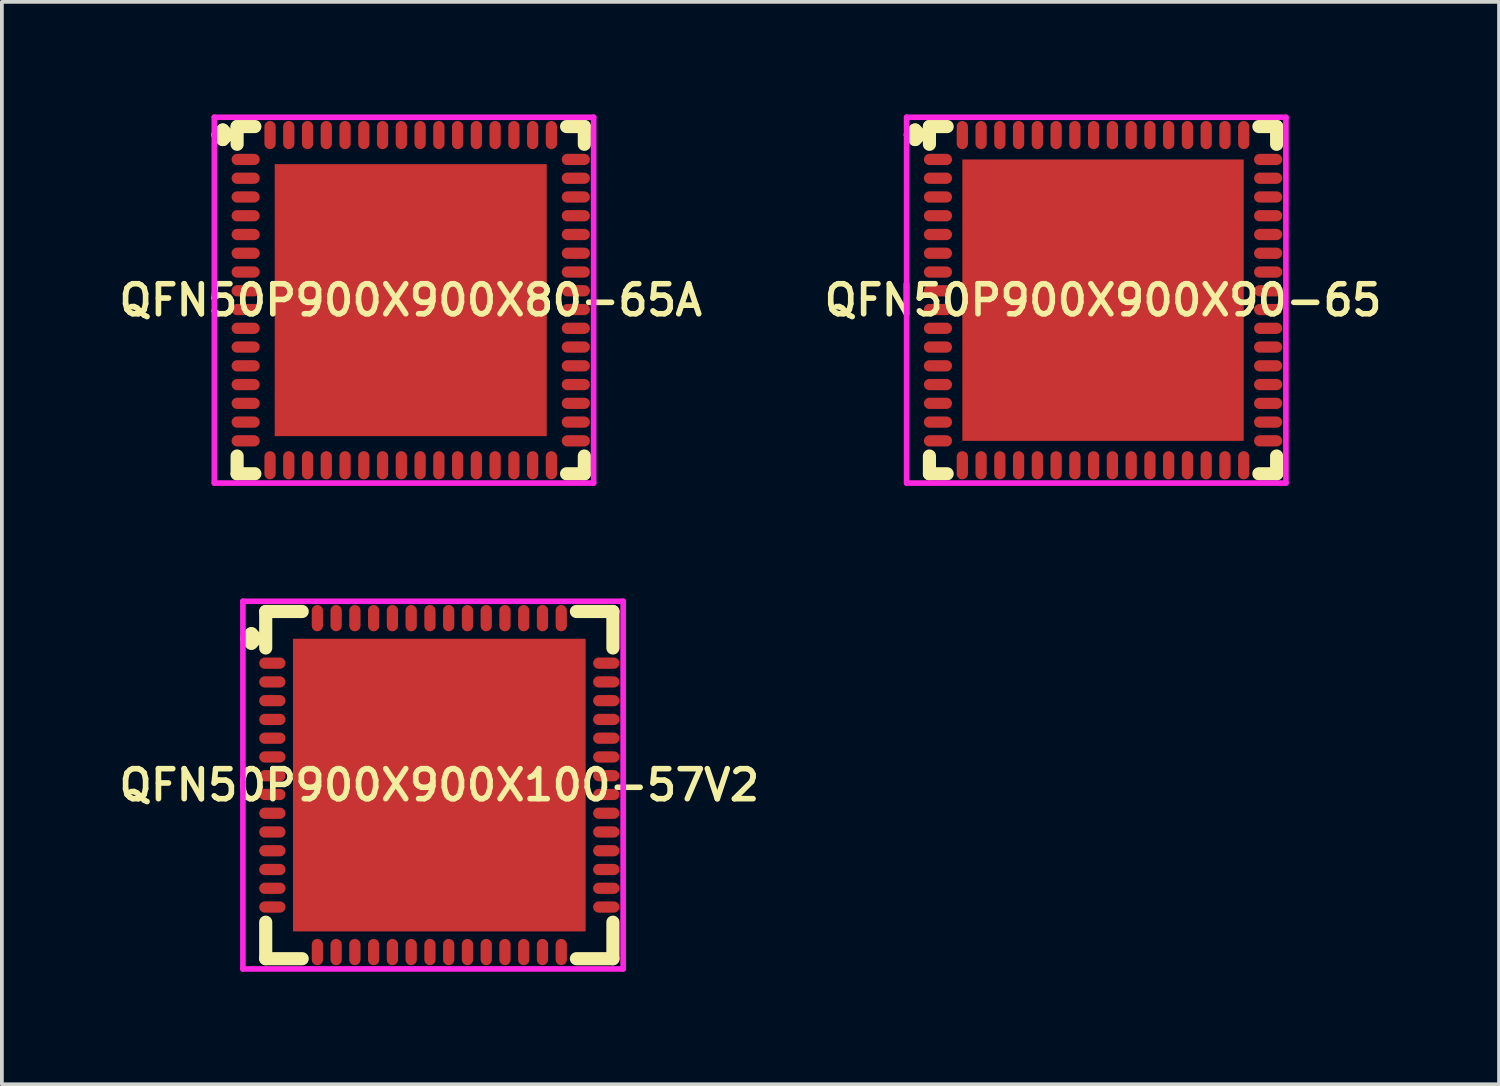
<source format=kicad_pcb>
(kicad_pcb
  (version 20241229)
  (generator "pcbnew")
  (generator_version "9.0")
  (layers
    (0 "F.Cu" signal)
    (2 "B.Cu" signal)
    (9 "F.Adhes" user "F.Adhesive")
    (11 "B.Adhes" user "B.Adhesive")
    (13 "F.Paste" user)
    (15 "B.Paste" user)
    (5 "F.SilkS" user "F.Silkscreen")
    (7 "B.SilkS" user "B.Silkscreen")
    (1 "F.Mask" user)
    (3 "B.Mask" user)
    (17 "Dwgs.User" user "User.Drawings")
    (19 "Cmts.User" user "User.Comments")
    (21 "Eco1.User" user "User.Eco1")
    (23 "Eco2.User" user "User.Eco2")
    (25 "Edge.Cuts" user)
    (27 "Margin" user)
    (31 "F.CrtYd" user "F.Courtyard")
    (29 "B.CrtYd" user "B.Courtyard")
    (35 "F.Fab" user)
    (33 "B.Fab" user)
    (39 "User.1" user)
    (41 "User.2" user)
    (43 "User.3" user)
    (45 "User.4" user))
  (footprint "QFN50P900X900X80-65A"
    (layer "F.Cu")
    (at 7.897 4.95)
    (property "Reference" "QFN50P900X900X80-65A" (at 0 0 0) (layer "F.SilkS") (effects (font (size 0.8 0.8) (thickness 0.15))))
    (attr smd)
    (fp_line (start -5.135 -4.408) (end -5.008 -4.535) (stroke (width 0.35) (type solid)) (layer "F.SilkS"))
    (fp_line (start -5.008 -4.535) (end -4.881 -4.408) (stroke (width 0.35) (type solid)) (layer "F.SilkS"))
    (fp_line (start -5.008 -4.281) (end -5.135 -4.408) (stroke (width 0.35) (type solid)) (layer "F.SilkS"))
    (fp_line (start -4.881 -4.408) (end -5.008 -4.281) (stroke (width 0.35) (type solid)) (layer "F.SilkS"))
    (fp_line (start -4.627 -4.627) (end -4.154 -4.627) (stroke (width 0.35) (type solid)) (layer "F.SilkS"))
    (fp_line (start -4.627 -4.154) (end -4.627 -4.627) (stroke (width 0.35) (type solid)) (layer "F.SilkS"))
    (fp_line (start -4.627 4.154) (end -4.627 4.627) (stroke (width 0.35) (type solid)) (layer "F.SilkS"))
    (fp_line (start -4.627 4.627) (end -4.154 4.627) (stroke (width 0.35) (type solid)) (layer "F.SilkS"))
    (fp_line (start 4.154 -4.627) (end 4.627 -4.627) (stroke (width 0.35) (type solid)) (layer "F.SilkS"))
    (fp_line (start 4.154 4.627) (end 4.627 4.627) (stroke (width 0.35) (type solid)) (layer "F.SilkS"))
    (fp_line (start 4.627 -4.627) (end 4.627 -4.154) (stroke (width 0.35) (type solid)) (layer "F.SilkS"))
    (fp_line (start 4.627 4.627) (end 4.627 4.154) (stroke (width 0.35) (type solid)) (layer "F.SilkS"))
    (fp_line (start -5.235 -4.875) (end 4.875 -4.875) (stroke (width 0.15) (type solid)) (layer "F.CrtYd"))
    (fp_line (start -5.235 4.875) (end -5.235 -4.875) (stroke (width 0.15) (type solid)) (layer "F.CrtYd"))
    (fp_line (start 4.875 -4.875) (end 4.875 4.875) (stroke (width 0.15) (type solid)) (layer "F.CrtYd"))
    (fp_line (start 4.875 4.875) (end -5.235 4.875) (stroke (width 0.15) (type solid)) (layer "F.CrtYd"))
    (pad "1" smd oval (at -4.4 -3.75) (size 0.75 0.3) (layers "F.Cu" "F.Mask" "F.Paste"))
    (pad "2" smd oval (at -4.4 -3.25) (size 0.75 0.3) (layers "F.Cu" "F.Mask" "F.Paste"))
    (pad "3" smd oval (at -4.4 -2.75) (size 0.75 0.3) (layers "F.Cu" "F.Mask" "F.Paste"))
    (pad "4" smd oval (at -4.4 -2.25) (size 0.75 0.3) (layers "F.Cu" "F.Mask" "F.Paste"))
    (pad "5" smd oval (at -4.4 -1.75) (size 0.75 0.3) (layers "F.Cu" "F.Mask" "F.Paste"))
    (pad "6" smd oval (at -4.4 -1.25) (size 0.75 0.3) (layers "F.Cu" "F.Mask" "F.Paste"))
    (pad "7" smd oval (at -4.4 -0.75) (size 0.75 0.3) (layers "F.Cu" "F.Mask" "F.Paste"))
    (pad "8" smd oval (at -4.4 -0.25) (size 0.75 0.3) (layers "F.Cu" "F.Mask" "F.Paste"))
    (pad "9" smd oval (at -4.4 0.25) (size 0.75 0.3) (layers "F.Cu" "F.Mask" "F.Paste"))
    (pad "10" smd oval (at -4.4 0.75) (size 0.75 0.3) (layers "F.Cu" "F.Mask" "F.Paste"))
    (pad "11" smd oval (at -4.4 1.25) (size 0.75 0.3) (layers "F.Cu" "F.Mask" "F.Paste"))
    (pad "12" smd oval (at -4.4 1.75) (size 0.75 0.3) (layers "F.Cu" "F.Mask" "F.Paste"))
    (pad "13" smd oval (at -4.4 2.25) (size 0.75 0.3) (layers "F.Cu" "F.Mask" "F.Paste"))
    (pad "14" smd oval (at -4.4 2.75) (size 0.75 0.3) (layers "F.Cu" "F.Mask" "F.Paste"))
    (pad "15" smd oval (at -4.4 3.25) (size 0.75 0.3) (layers "F.Cu" "F.Mask" "F.Paste"))
    (pad "16" smd oval (at -4.4 3.75) (size 0.75 0.3) (layers "F.Cu" "F.Mask" "F.Paste"))
    (pad "17" smd oval (at -3.75 4.4) (size 0.3 0.75) (layers "F.Cu" "F.Mask" "F.Paste"))
    (pad "18" smd oval (at -3.25 4.4) (size 0.3 0.75) (layers "F.Cu" "F.Mask" "F.Paste"))
    (pad "19" smd oval (at -2.75 4.4) (size 0.3 0.75) (layers "F.Cu" "F.Mask" "F.Paste"))
    (pad "20" smd oval (at -2.25 4.4) (size 0.3 0.75) (layers "F.Cu" "F.Mask" "F.Paste"))
    (pad "21" smd oval (at -1.75 4.4) (size 0.3 0.75) (layers "F.Cu" "F.Mask" "F.Paste"))
    (pad "22" smd oval (at -1.25 4.4) (size 0.3 0.75) (layers "F.Cu" "F.Mask" "F.Paste"))
    (pad "23" smd oval (at -0.75 4.4) (size 0.3 0.75) (layers "F.Cu" "F.Mask" "F.Paste"))
    (pad "24" smd oval (at -0.25 4.4) (size 0.3 0.75) (layers "F.Cu" "F.Mask" "F.Paste"))
    (pad "25" smd oval (at 0.25 4.4) (size 0.3 0.75) (layers "F.Cu" "F.Mask" "F.Paste"))
    (pad "26" smd oval (at 0.75 4.4) (size 0.3 0.75) (layers "F.Cu" "F.Mask" "F.Paste"))
    (pad "27" smd oval (at 1.25 4.4) (size 0.3 0.75) (layers "F.Cu" "F.Mask" "F.Paste"))
    (pad "28" smd oval (at 1.75 4.4) (size 0.3 0.75) (layers "F.Cu" "F.Mask" "F.Paste"))
    (pad "29" smd oval (at 2.25 4.4) (size 0.3 0.75) (layers "F.Cu" "F.Mask" "F.Paste"))
    (pad "30" smd oval (at 2.75 4.4) (size 0.3 0.75) (layers "F.Cu" "F.Mask" "F.Paste"))
    (pad "31" smd oval (at 3.25 4.4) (size 0.3 0.75) (layers "F.Cu" "F.Mask" "F.Paste"))
    (pad "32" smd oval (at 3.75 4.4) (size 0.3 0.75) (layers "F.Cu" "F.Mask" "F.Paste"))
    (pad "33" smd oval (at 4.4 3.75) (size 0.75 0.3) (layers "F.Cu" "F.Mask" "F.Paste"))
    (pad "34" smd oval (at 4.4 3.25) (size 0.75 0.3) (layers "F.Cu" "F.Mask" "F.Paste"))
    (pad "35" smd oval (at 4.4 2.75) (size 0.75 0.3) (layers "F.Cu" "F.Mask" "F.Paste"))
    (pad "36" smd oval (at 4.4 2.25) (size 0.75 0.3) (layers "F.Cu" "F.Mask" "F.Paste"))
    (pad "37" smd oval (at 4.4 1.75) (size 0.75 0.3) (layers "F.Cu" "F.Mask" "F.Paste"))
    (pad "38" smd oval (at 4.4 1.25) (size 0.75 0.3) (layers "F.Cu" "F.Mask" "F.Paste"))
    (pad "39" smd oval (at 4.4 0.75) (size 0.75 0.3) (layers "F.Cu" "F.Mask" "F.Paste"))
    (pad "40" smd oval (at 4.4 0.25) (size 0.75 0.3) (layers "F.Cu" "F.Mask" "F.Paste"))
    (pad "41" smd oval (at 4.4 -0.25) (size 0.75 0.3) (layers "F.Cu" "F.Mask" "F.Paste"))
    (pad "42" smd oval (at 4.4 -0.75) (size 0.75 0.3) (layers "F.Cu" "F.Mask" "F.Paste"))
    (pad "43" smd oval (at 4.4 -1.25) (size 0.75 0.3) (layers "F.Cu" "F.Mask" "F.Paste"))
    (pad "44" smd oval (at 4.4 -1.75) (size 0.75 0.3) (layers "F.Cu" "F.Mask" "F.Paste"))
    (pad "45" smd oval (at 4.4 -2.25) (size 0.75 0.3) (layers "F.Cu" "F.Mask" "F.Paste"))
    (pad "46" smd oval (at 4.4 -2.75) (size 0.75 0.3) (layers "F.Cu" "F.Mask" "F.Paste"))
    (pad "47" smd oval (at 4.4 -3.25) (size 0.75 0.3) (layers "F.Cu" "F.Mask" "F.Paste"))
    (pad "48" smd oval (at 4.4 -3.75) (size 0.75 0.3) (layers "F.Cu" "F.Mask" "F.Paste"))
    (pad "49" smd oval (at 3.75 -4.4) (size 0.3 0.75) (layers "F.Cu" "F.Mask" "F.Paste"))
    (pad "50" smd oval (at 3.25 -4.4) (size 0.3 0.75) (layers "F.Cu" "F.Mask" "F.Paste"))
    (pad "51" smd oval (at 2.75 -4.4) (size 0.3 0.75) (layers "F.Cu" "F.Mask" "F.Paste"))
    (pad "52" smd oval (at 2.25 -4.4) (size 0.3 0.75) (layers "F.Cu" "F.Mask" "F.Paste"))
    (pad "53" smd oval (at 1.75 -4.4) (size 0.3 0.75) (layers "F.Cu" "F.Mask" "F.Paste"))
    (pad "54" smd oval (at 1.25 -4.4) (size 0.3 0.75) (layers "F.Cu" "F.Mask" "F.Paste"))
    (pad "55" smd oval (at 0.75 -4.4) (size 0.3 0.75) (layers "F.Cu" "F.Mask" "F.Paste"))
    (pad "56" smd oval (at 0.25 -4.4) (size 0.3 0.75) (layers "F.Cu" "F.Mask" "F.Paste"))
    (pad "57" smd oval (at -0.25 -4.4) (size 0.3 0.75) (layers "F.Cu" "F.Mask" "F.Paste"))
    (pad "58" smd oval (at -0.75 -4.4) (size 0.3 0.75) (layers "F.Cu" "F.Mask" "F.Paste"))
    (pad "59" smd oval (at -1.25 -4.4) (size 0.3 0.75) (layers "F.Cu" "F.Mask" "F.Paste"))
    (pad "60" smd oval (at -1.75 -4.4) (size 0.3 0.75) (layers "F.Cu" "F.Mask" "F.Paste"))
    (pad "61" smd oval (at -2.25 -4.4) (size 0.3 0.75) (layers "F.Cu" "F.Mask" "F.Paste"))
    (pad "62" smd oval (at -2.75 -4.4) (size 0.3 0.75) (layers "F.Cu" "F.Mask" "F.Paste"))
    (pad "63" smd oval (at -3.25 -4.4) (size 0.3 0.75) (layers "F.Cu" "F.Mask" "F.Paste"))
    (pad "64" smd oval (at -3.75 -4.4) (size 0.3 0.75) (layers "F.Cu" "F.Mask" "F.Paste"))
    (pad "65" smd rect (at 0 0) (size 7.25 7.25) (layers "F.Cu" "F.Mask" "F.Paste")))
  (footprint "QFN50P900X900X90-65"
    (layer "F.Cu")
    (at 26.349 4.95)
    (property "Reference" "QFN50P900X900X90-65" (at 0 0 0) (layer "F.SilkS") (effects (font (size 0.8 0.8) (thickness 0.15))))
    (attr smd)
    (fp_line (start -5.135 -4.408) (end -5.008 -4.535) (stroke (width 0.35) (type solid)) (layer "F.SilkS"))
    (fp_line (start -5.008 -4.535) (end -4.881 -4.408) (stroke (width 0.35) (type solid)) (layer "F.SilkS"))
    (fp_line (start -5.008 -4.281) (end -5.135 -4.408) (stroke (width 0.35) (type solid)) (layer "F.SilkS"))
    (fp_line (start -4.881 -4.408) (end -5.008 -4.281) (stroke (width 0.35) (type solid)) (layer "F.SilkS"))
    (fp_line (start -4.627 -4.627) (end -4.154 -4.627) (stroke (width 0.35) (type solid)) (layer "F.SilkS"))
    (fp_line (start -4.627 -4.154) (end -4.627 -4.627) (stroke (width 0.35) (type solid)) (layer "F.SilkS"))
    (fp_line (start -4.627 4.154) (end -4.627 4.627) (stroke (width 0.35) (type solid)) (layer "F.SilkS"))
    (fp_line (start -4.627 4.627) (end -4.154 4.627) (stroke (width 0.35) (type solid)) (layer "F.SilkS"))
    (fp_line (start 4.154 -4.627) (end 4.627 -4.627) (stroke (width 0.35) (type solid)) (layer "F.SilkS"))
    (fp_line (start 4.154 4.627) (end 4.627 4.627) (stroke (width 0.35) (type solid)) (layer "F.SilkS"))
    (fp_line (start 4.627 -4.627) (end 4.627 -4.154) (stroke (width 0.35) (type solid)) (layer "F.SilkS"))
    (fp_line (start 4.627 4.627) (end 4.627 4.154) (stroke (width 0.35) (type solid)) (layer "F.SilkS"))
    (fp_line (start -5.235 -4.875) (end 4.875 -4.875) (stroke (width 0.15) (type solid)) (layer "F.CrtYd"))
    (fp_line (start -5.235 4.875) (end -5.235 -4.875) (stroke (width 0.15) (type solid)) (layer "F.CrtYd"))
    (fp_line (start 4.875 -4.875) (end 4.875 4.875) (stroke (width 0.15) (type solid)) (layer "F.CrtYd"))
    (fp_line (start 4.875 4.875) (end -5.235 4.875) (stroke (width 0.15) (type solid)) (layer "F.CrtYd"))
    (pad "1" smd oval (at -4.4 -3.75) (size 0.75 0.3) (layers "F.Cu" "F.Mask" "F.Paste"))
    (pad "2" smd oval (at -4.4 -3.25) (size 0.75 0.3) (layers "F.Cu" "F.Mask" "F.Paste"))
    (pad "3" smd oval (at -4.4 -2.75) (size 0.75 0.3) (layers "F.Cu" "F.Mask" "F.Paste"))
    (pad "4" smd oval (at -4.4 -2.25) (size 0.75 0.3) (layers "F.Cu" "F.Mask" "F.Paste"))
    (pad "5" smd oval (at -4.4 -1.75) (size 0.75 0.3) (layers "F.Cu" "F.Mask" "F.Paste"))
    (pad "6" smd oval (at -4.4 -1.25) (size 0.75 0.3) (layers "F.Cu" "F.Mask" "F.Paste"))
    (pad "7" smd oval (at -4.4 -0.75) (size 0.75 0.3) (layers "F.Cu" "F.Mask" "F.Paste"))
    (pad "8" smd oval (at -4.4 -0.25) (size 0.75 0.3) (layers "F.Cu" "F.Mask" "F.Paste"))
    (pad "9" smd oval (at -4.4 0.25) (size 0.75 0.3) (layers "F.Cu" "F.Mask" "F.Paste"))
    (pad "10" smd oval (at -4.4 0.75) (size 0.75 0.3) (layers "F.Cu" "F.Mask" "F.Paste"))
    (pad "11" smd oval (at -4.4 1.25) (size 0.75 0.3) (layers "F.Cu" "F.Mask" "F.Paste"))
    (pad "12" smd oval (at -4.4 1.75) (size 0.75 0.3) (layers "F.Cu" "F.Mask" "F.Paste"))
    (pad "13" smd oval (at -4.4 2.25) (size 0.75 0.3) (layers "F.Cu" "F.Mask" "F.Paste"))
    (pad "14" smd oval (at -4.4 2.75) (size 0.75 0.3) (layers "F.Cu" "F.Mask" "F.Paste"))
    (pad "15" smd oval (at -4.4 3.25) (size 0.75 0.3) (layers "F.Cu" "F.Mask" "F.Paste"))
    (pad "16" smd oval (at -4.4 3.75) (size 0.75 0.3) (layers "F.Cu" "F.Mask" "F.Paste"))
    (pad "17" smd oval (at -3.75 4.4) (size 0.3 0.75) (layers "F.Cu" "F.Mask" "F.Paste"))
    (pad "18" smd oval (at -3.25 4.4) (size 0.3 0.75) (layers "F.Cu" "F.Mask" "F.Paste"))
    (pad "19" smd oval (at -2.75 4.4) (size 0.3 0.75) (layers "F.Cu" "F.Mask" "F.Paste"))
    (pad "20" smd oval (at -2.25 4.4) (size 0.3 0.75) (layers "F.Cu" "F.Mask" "F.Paste"))
    (pad "21" smd oval (at -1.75 4.4) (size 0.3 0.75) (layers "F.Cu" "F.Mask" "F.Paste"))
    (pad "22" smd oval (at -1.25 4.4) (size 0.3 0.75) (layers "F.Cu" "F.Mask" "F.Paste"))
    (pad "23" smd oval (at -0.75 4.4) (size 0.3 0.75) (layers "F.Cu" "F.Mask" "F.Paste"))
    (pad "24" smd oval (at -0.25 4.4) (size 0.3 0.75) (layers "F.Cu" "F.Mask" "F.Paste"))
    (pad "25" smd oval (at 0.25 4.4) (size 0.3 0.75) (layers "F.Cu" "F.Mask" "F.Paste"))
    (pad "26" smd oval (at 0.75 4.4) (size 0.3 0.75) (layers "F.Cu" "F.Mask" "F.Paste"))
    (pad "27" smd oval (at 1.25 4.4) (size 0.3 0.75) (layers "F.Cu" "F.Mask" "F.Paste"))
    (pad "28" smd oval (at 1.75 4.4) (size 0.3 0.75) (layers "F.Cu" "F.Mask" "F.Paste"))
    (pad "29" smd oval (at 2.25 4.4) (size 0.3 0.75) (layers "F.Cu" "F.Mask" "F.Paste"))
    (pad "30" smd oval (at 2.75 4.4) (size 0.3 0.75) (layers "F.Cu" "F.Mask" "F.Paste"))
    (pad "31" smd oval (at 3.25 4.4) (size 0.3 0.75) (layers "F.Cu" "F.Mask" "F.Paste"))
    (pad "32" smd oval (at 3.75 4.4) (size 0.3 0.75) (layers "F.Cu" "F.Mask" "F.Paste"))
    (pad "33" smd oval (at 4.4 3.75) (size 0.75 0.3) (layers "F.Cu" "F.Mask" "F.Paste"))
    (pad "34" smd oval (at 4.4 3.25) (size 0.75 0.3) (layers "F.Cu" "F.Mask" "F.Paste"))
    (pad "35" smd oval (at 4.4 2.75) (size 0.75 0.3) (layers "F.Cu" "F.Mask" "F.Paste"))
    (pad "36" smd oval (at 4.4 2.25) (size 0.75 0.3) (layers "F.Cu" "F.Mask" "F.Paste"))
    (pad "37" smd oval (at 4.4 1.75) (size 0.75 0.3) (layers "F.Cu" "F.Mask" "F.Paste"))
    (pad "38" smd oval (at 4.4 1.25) (size 0.75 0.3) (layers "F.Cu" "F.Mask" "F.Paste"))
    (pad "39" smd oval (at 4.4 0.75) (size 0.75 0.3) (layers "F.Cu" "F.Mask" "F.Paste"))
    (pad "40" smd oval (at 4.4 0.25) (size 0.75 0.3) (layers "F.Cu" "F.Mask" "F.Paste"))
    (pad "41" smd oval (at 4.4 -0.25) (size 0.75 0.3) (layers "F.Cu" "F.Mask" "F.Paste"))
    (pad "42" smd oval (at 4.4 -0.75) (size 0.75 0.3) (layers "F.Cu" "F.Mask" "F.Paste"))
    (pad "43" smd oval (at 4.4 -1.25) (size 0.75 0.3) (layers "F.Cu" "F.Mask" "F.Paste"))
    (pad "44" smd oval (at 4.4 -1.75) (size 0.75 0.3) (layers "F.Cu" "F.Mask" "F.Paste"))
    (pad "45" smd oval (at 4.4 -2.25) (size 0.75 0.3) (layers "F.Cu" "F.Mask" "F.Paste"))
    (pad "46" smd oval (at 4.4 -2.75) (size 0.75 0.3) (layers "F.Cu" "F.Mask" "F.Paste"))
    (pad "47" smd oval (at 4.4 -3.25) (size 0.75 0.3) (layers "F.Cu" "F.Mask" "F.Paste"))
    (pad "48" smd oval (at 4.4 -3.75) (size 0.75 0.3) (layers "F.Cu" "F.Mask" "F.Paste"))
    (pad "49" smd oval (at 3.75 -4.4) (size 0.3 0.75) (layers "F.Cu" "F.Mask" "F.Paste"))
    (pad "50" smd oval (at 3.25 -4.4) (size 0.3 0.75) (layers "F.Cu" "F.Mask" "F.Paste"))
    (pad "51" smd oval (at 2.75 -4.4) (size 0.3 0.75) (layers "F.Cu" "F.Mask" "F.Paste"))
    (pad "52" smd oval (at 2.25 -4.4) (size 0.3 0.75) (layers "F.Cu" "F.Mask" "F.Paste"))
    (pad "53" smd oval (at 1.75 -4.4) (size 0.3 0.75) (layers "F.Cu" "F.Mask" "F.Paste"))
    (pad "54" smd oval (at 1.25 -4.4) (size 0.3 0.75) (layers "F.Cu" "F.Mask" "F.Paste"))
    (pad "55" smd oval (at 0.75 -4.4) (size 0.3 0.75) (layers "F.Cu" "F.Mask" "F.Paste"))
    (pad "56" smd oval (at 0.25 -4.4) (size 0.3 0.75) (layers "F.Cu" "F.Mask" "F.Paste"))
    (pad "57" smd oval (at -0.25 -4.4) (size 0.3 0.75) (layers "F.Cu" "F.Mask" "F.Paste"))
    (pad "58" smd oval (at -0.75 -4.4) (size 0.3 0.75) (layers "F.Cu" "F.Mask" "F.Paste"))
    (pad "59" smd oval (at -1.25 -4.4) (size 0.3 0.75) (layers "F.Cu" "F.Mask" "F.Paste"))
    (pad "60" smd oval (at -1.75 -4.4) (size 0.3 0.75) (layers "F.Cu" "F.Mask" "F.Paste"))
    (pad "61" smd oval (at -2.25 -4.4) (size 0.3 0.75) (layers "F.Cu" "F.Mask" "F.Paste"))
    (pad "62" smd oval (at -2.75 -4.4) (size 0.3 0.75) (layers "F.Cu" "F.Mask" "F.Paste"))
    (pad "63" smd oval (at -3.25 -4.4) (size 0.3 0.75) (layers "F.Cu" "F.Mask" "F.Paste"))
    (pad "64" smd oval (at -3.75 -4.4) (size 0.3 0.75) (layers "F.Cu" "F.Mask" "F.Paste"))
    (pad "65" smd rect (at 0 0) (size 7.5 7.5) (layers "F.Cu" "F.Mask" "F.Paste")))
  (footprint "QFN50P900X900X100-57V2"
    (layer "F.Cu")
    (at 8.659 17.875)
    (property "Reference" "QFN50P900X900X100-57V2" (at 0 0 0) (layer "F.SilkS") (effects (font (size 0.8 0.8) (thickness 0.15))))
    (attr smd)
    (fp_line (start -5.135 -3.908) (end -5.008 -4.035) (stroke (width 0.35) (type solid)) (layer "F.SilkS"))
    (fp_line (start -5.008 -4.035) (end -4.881 -3.908) (stroke (width 0.35) (type solid)) (layer "F.SilkS"))
    (fp_line (start -5.008 -3.781) (end -5.135 -3.908) (stroke (width 0.35) (type solid)) (layer "F.SilkS"))
    (fp_line (start -4.881 -3.908) (end -5.008 -3.781) (stroke (width 0.35) (type solid)) (layer "F.SilkS"))
    (fp_line (start -4.627 -4.627) (end -3.654 -4.627) (stroke (width 0.35) (type solid)) (layer "F.SilkS"))
    (fp_line (start -4.627 -3.654) (end -4.627 -4.627) (stroke (width 0.35) (type solid)) (layer "F.SilkS"))
    (fp_line (start -4.627 3.654) (end -4.627 4.627) (stroke (width 0.35) (type solid)) (layer "F.SilkS"))
    (fp_line (start -4.627 4.627) (end -3.654 4.627) (stroke (width 0.35) (type solid)) (layer "F.SilkS"))
    (fp_line (start 3.654 -4.627) (end 4.627 -4.627) (stroke (width 0.35) (type solid)) (layer "F.SilkS"))
    (fp_line (start 3.654 4.627) (end 4.627 4.627) (stroke (width 0.35) (type solid)) (layer "F.SilkS"))
    (fp_line (start 4.627 -4.627) (end 4.627 -3.654) (stroke (width 0.35) (type solid)) (layer "F.SilkS"))
    (fp_line (start 4.627 4.627) (end 4.627 3.654) (stroke (width 0.35) (type solid)) (layer "F.SilkS"))
    (fp_line (start -5.235 -4.9) (end 4.9 -4.9) (stroke (width 0.15) (type solid)) (layer "F.CrtYd"))
    (fp_line (start -5.235 4.9) (end -5.235 -4.9) (stroke (width 0.15) (type solid)) (layer "F.CrtYd"))
    (fp_line (start 4.9 -4.9) (end 4.9 4.9) (stroke (width 0.15) (type solid)) (layer "F.CrtYd"))
    (fp_line (start 4.9 4.9) (end -5.235 4.9) (stroke (width 0.15) (type solid)) (layer "F.CrtYd"))
    (pad "1" smd oval (at -4.45 -3.25) (size 0.7 0.3) (layers "F.Cu" "F.Mask" "F.Paste"))
    (pad "2" smd oval (at -4.45 -2.75) (size 0.7 0.3) (layers "F.Cu" "F.Mask" "F.Paste"))
    (pad "3" smd oval (at -4.45 -2.25) (size 0.7 0.3) (layers "F.Cu" "F.Mask" "F.Paste"))
    (pad "4" smd oval (at -4.45 -1.75) (size 0.7 0.3) (layers "F.Cu" "F.Mask" "F.Paste"))
    (pad "5" smd oval (at -4.45 -1.25) (size 0.7 0.3) (layers "F.Cu" "F.Mask" "F.Paste"))
    (pad "6" smd oval (at -4.45 -0.75) (size 0.7 0.3) (layers "F.Cu" "F.Mask" "F.Paste"))
    (pad "7" smd oval (at -4.45 -0.25) (size 0.7 0.3) (layers "F.Cu" "F.Mask" "F.Paste"))
    (pad "8" smd oval (at -4.45 0.25) (size 0.7 0.3) (layers "F.Cu" "F.Mask" "F.Paste"))
    (pad "9" smd oval (at -4.45 0.75) (size 0.7 0.3) (layers "F.Cu" "F.Mask" "F.Paste"))
    (pad "10" smd oval (at -4.45 1.25) (size 0.7 0.3) (layers "F.Cu" "F.Mask" "F.Paste"))
    (pad "11" smd oval (at -4.45 1.75) (size 0.7 0.3) (layers "F.Cu" "F.Mask" "F.Paste"))
    (pad "12" smd oval (at -4.45 2.25) (size 0.7 0.3) (layers "F.Cu" "F.Mask" "F.Paste"))
    (pad "13" smd oval (at -4.45 2.75) (size 0.7 0.3) (layers "F.Cu" "F.Mask" "F.Paste"))
    (pad "14" smd oval (at -4.45 3.25) (size 0.7 0.3) (layers "F.Cu" "F.Mask" "F.Paste"))
    (pad "15" smd oval (at -3.25 4.45) (size 0.3 0.7) (layers "F.Cu" "F.Mask" "F.Paste"))
    (pad "16" smd oval (at -2.75 4.45) (size 0.3 0.7) (layers "F.Cu" "F.Mask" "F.Paste"))
    (pad "17" smd oval (at -2.25 4.45) (size 0.3 0.7) (layers "F.Cu" "F.Mask" "F.Paste"))
    (pad "18" smd oval (at -1.75 4.45) (size 0.3 0.7) (layers "F.Cu" "F.Mask" "F.Paste"))
    (pad "19" smd oval (at -1.25 4.45) (size 0.3 0.7) (layers "F.Cu" "F.Mask" "F.Paste"))
    (pad "20" smd oval (at -0.75 4.45) (size 0.3 0.7) (layers "F.Cu" "F.Mask" "F.Paste"))
    (pad "21" smd oval (at -0.25 4.45) (size 0.3 0.7) (layers "F.Cu" "F.Mask" "F.Paste"))
    (pad "22" smd oval (at 0.25 4.45) (size 0.3 0.7) (layers "F.Cu" "F.Mask" "F.Paste"))
    (pad "23" smd oval (at 0.75 4.45) (size 0.3 0.7) (layers "F.Cu" "F.Mask" "F.Paste"))
    (pad "24" smd oval (at 1.25 4.45) (size 0.3 0.7) (layers "F.Cu" "F.Mask" "F.Paste"))
    (pad "25" smd oval (at 1.75 4.45) (size 0.3 0.7) (layers "F.Cu" "F.Mask" "F.Paste"))
    (pad "26" smd oval (at 2.25 4.45) (size 0.3 0.7) (layers "F.Cu" "F.Mask" "F.Paste"))
    (pad "27" smd oval (at 2.75 4.45) (size 0.3 0.7) (layers "F.Cu" "F.Mask" "F.Paste"))
    (pad "28" smd oval (at 3.25 4.45) (size 0.3 0.7) (layers "F.Cu" "F.Mask" "F.Paste"))
    (pad "29" smd oval (at 4.45 3.25) (size 0.7 0.3) (layers "F.Cu" "F.Mask" "F.Paste"))
    (pad "30" smd oval (at 4.45 2.75) (size 0.7 0.3) (layers "F.Cu" "F.Mask" "F.Paste"))
    (pad "31" smd oval (at 4.45 2.25) (size 0.7 0.3) (layers "F.Cu" "F.Mask" "F.Paste"))
    (pad "32" smd oval (at 4.45 1.75) (size 0.7 0.3) (layers "F.Cu" "F.Mask" "F.Paste"))
    (pad "33" smd oval (at 4.45 1.25) (size 0.7 0.3) (layers "F.Cu" "F.Mask" "F.Paste"))
    (pad "34" smd oval (at 4.45 0.75) (size 0.7 0.3) (layers "F.Cu" "F.Mask" "F.Paste"))
    (pad "35" smd oval (at 4.45 0.25) (size 0.7 0.3) (layers "F.Cu" "F.Mask" "F.Paste"))
    (pad "36" smd oval (at 4.45 -0.25) (size 0.7 0.3) (layers "F.Cu" "F.Mask" "F.Paste"))
    (pad "37" smd oval (at 4.45 -0.75) (size 0.7 0.3) (layers "F.Cu" "F.Mask" "F.Paste"))
    (pad "38" smd oval (at 4.45 -1.25) (size 0.7 0.3) (layers "F.Cu" "F.Mask" "F.Paste"))
    (pad "39" smd oval (at 4.45 -1.75) (size 0.7 0.3) (layers "F.Cu" "F.Mask" "F.Paste"))
    (pad "40" smd oval (at 4.45 -2.25) (size 0.7 0.3) (layers "F.Cu" "F.Mask" "F.Paste"))
    (pad "41" smd oval (at 4.45 -2.75) (size 0.7 0.3) (layers "F.Cu" "F.Mask" "F.Paste"))
    (pad "42" smd oval (at 4.45 -3.25) (size 0.7 0.3) (layers "F.Cu" "F.Mask" "F.Paste"))
    (pad "43" smd oval (at 3.25 -4.45) (size 0.3 0.7) (layers "F.Cu" "F.Mask" "F.Paste"))
    (pad "44" smd oval (at 2.75 -4.45) (size 0.3 0.7) (layers "F.Cu" "F.Mask" "F.Paste"))
    (pad "45" smd oval (at 2.25 -4.45) (size 0.3 0.7) (layers "F.Cu" "F.Mask" "F.Paste"))
    (pad "46" smd oval (at 1.75 -4.45) (size 0.3 0.7) (layers "F.Cu" "F.Mask" "F.Paste"))
    (pad "47" smd oval (at 1.25 -4.45) (size 0.3 0.7) (layers "F.Cu" "F.Mask" "F.Paste"))
    (pad "48" smd oval (at 0.75 -4.45) (size 0.3 0.7) (layers "F.Cu" "F.Mask" "F.Paste"))
    (pad "49" smd oval (at 0.25 -4.45) (size 0.3 0.7) (layers "F.Cu" "F.Mask" "F.Paste"))
    (pad "50" smd oval (at -0.25 -4.45) (size 0.3 0.7) (layers "F.Cu" "F.Mask" "F.Paste"))
    (pad "51" smd oval (at -0.75 -4.45) (size 0.3 0.7) (layers "F.Cu" "F.Mask" "F.Paste"))
    (pad "52" smd oval (at -1.25 -4.45) (size 0.3 0.7) (layers "F.Cu" "F.Mask" "F.Paste"))
    (pad "53" smd oval (at -1.75 -4.45) (size 0.3 0.7) (layers "F.Cu" "F.Mask" "F.Paste"))
    (pad "54" smd oval (at -2.25 -4.45) (size 0.3 0.7) (layers "F.Cu" "F.Mask" "F.Paste"))
    (pad "55" smd oval (at -2.75 -4.45) (size 0.3 0.7) (layers "F.Cu" "F.Mask" "F.Paste"))
    (pad "56" smd oval (at -3.25 -4.45) (size 0.3 0.7) (layers "F.Cu" "F.Mask" "F.Paste"))
    (pad "57" smd rect (at 0 0) (size 7.8 7.8) (layers "F.Cu" "F.Mask" "F.Paste")))
  (gr_rect
    (start -3 -3)
    (end 36.904 25.85)
    (stroke (width 0.1) (type default))
    (fill no)
    (layer "Edge.Cuts")))
</source>
